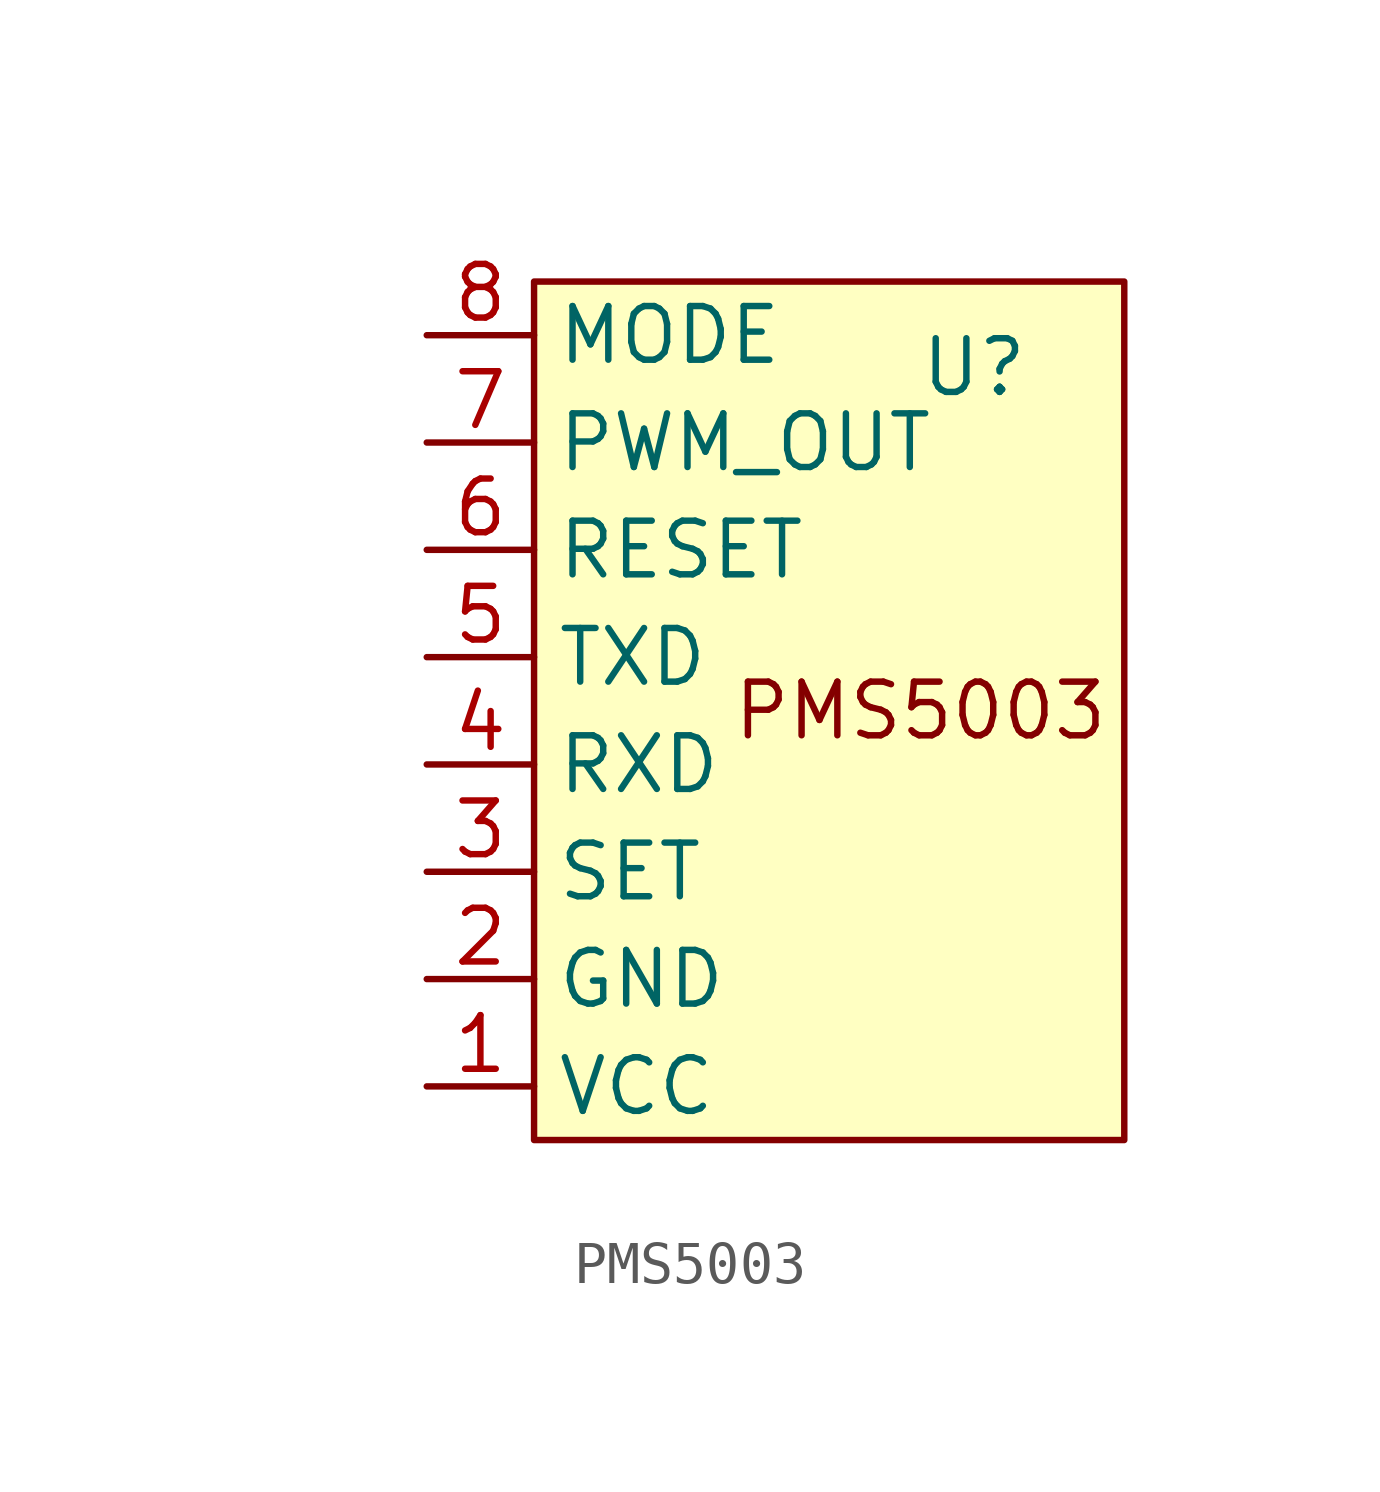
<source format=kicad_sym>
(kicad_symbol_lib
  (version 20231120)
  (generator "kicad_symbol_editor")
  (generator_version "8.0")
  (symbol "PMS5003"
    (property "Reference" "U"
      (at 7.874 8.128 0)
      (effects (font (size 1.27 1.27))))
    (property "Value" ""
      (at -8.89 0 0)
      (effects (font (size 1.27 1.27))))
    (symbol "PMS5003_1_1"
      (rectangle (start -2.54 10.16) (end 11.43 -10.16) (stroke (width 0) (type default)) (fill (type background)))
      (text "PMS5003" (at 6.604 0 0) (effects (font (size 1.27 1.27))))
      (pin power_in line (at -5.08 -8.89 0) (length 2.54) (name "VCC" (effects (font (size 1.27 1.27)))) (number "1" (effects (font (size 1.27 1.27)))))
      (pin power_in line (at -5.08 -6.35 0) (length 2.54) (name "GND" (effects (font (size 1.27 1.27)))) (number "2" (effects (font (size 1.27 1.27)))))
      (pin input line (at -5.08 -3.81 0) (length 2.54) (name "SET" (effects (font (size 1.27 1.27)))) (number "3" (effects (font (size 1.27 1.27)))))
      (pin input line (at -5.08 -1.27 0) (length 2.54) (name "RXD" (effects (font (size 1.27 1.27)))) (number "4" (effects (font (size 1.27 1.27)))))
      (pin output line (at -5.08 1.27 0) (length 2.54) (name "TXD" (effects (font (size 1.27 1.27)))) (number "5" (effects (font (size 1.27 1.27)))))
      (pin input line (at -5.08 3.81 0) (length 2.54) (name "RESET" (effects (font (size 1.27 1.27)))) (number "6" (effects (font (size 1.27 1.27)))))
      (pin output line (at -5.08 6.35 0) (length 2.54) (name "PWM_OUT" (effects (font (size 1.27 1.27)))) (number "7" (effects (font (size 1.27 1.27)))))
      (pin input line (at -5.08 8.89 0) (length 2.54) (name "MODE" (effects (font (size 1.27 1.27)))) (number "8" (effects (font (size 1.27 1.27))))))))
</source>
